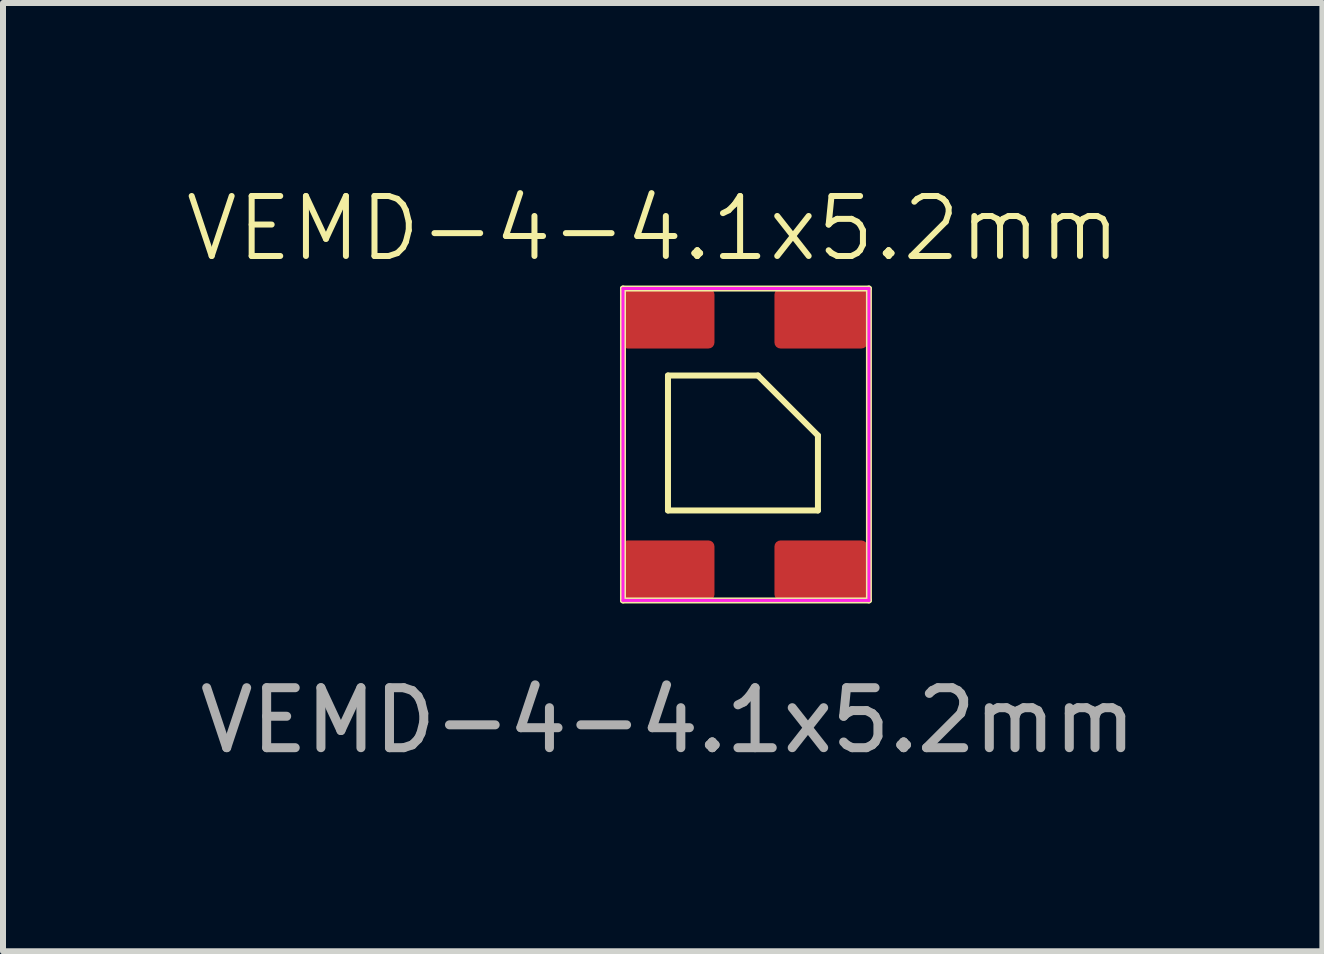
<source format=kicad_pcb>
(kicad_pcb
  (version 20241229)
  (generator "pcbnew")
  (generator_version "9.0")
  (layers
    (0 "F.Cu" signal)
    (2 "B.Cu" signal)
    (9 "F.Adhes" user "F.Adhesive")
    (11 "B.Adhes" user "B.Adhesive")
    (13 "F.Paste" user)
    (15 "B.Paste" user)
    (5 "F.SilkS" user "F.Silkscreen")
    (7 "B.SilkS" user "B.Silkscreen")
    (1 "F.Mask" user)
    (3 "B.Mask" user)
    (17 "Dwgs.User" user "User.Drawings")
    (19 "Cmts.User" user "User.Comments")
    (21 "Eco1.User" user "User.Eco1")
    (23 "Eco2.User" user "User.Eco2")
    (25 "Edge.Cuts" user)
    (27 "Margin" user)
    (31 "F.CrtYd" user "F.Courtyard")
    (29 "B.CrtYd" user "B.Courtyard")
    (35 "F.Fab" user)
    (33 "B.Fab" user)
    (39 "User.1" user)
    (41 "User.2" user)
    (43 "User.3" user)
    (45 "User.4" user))
  (footprint "VEMD-4-4.1x5.2mm"
    (layer "F.Cu")
    (at 8.086 6.46)
    (property "Reference" "VEMD-4-4.1x5.2mm" (at -0.25 -5.7 0) (unlocked yes) (layer "F.SilkS") (effects (font (size 1 1) (thickness 0.1))))
    (attr smd)
    (fp_line (start -0.75 -4.7) (end 3.35 -4.7) (stroke (width 0.1) (type default)) (layer "F.SilkS"))
    (fp_line (start -0.75 0.5) (end -0.75 -4.7) (stroke (width 0.1) (type default)) (layer "F.SilkS"))
    (fp_line (start 0 -3.25) (end 1.5 -3.25) (stroke (width 0.1) (type default)) (layer "F.SilkS"))
    (fp_line (start 0 -1) (end 0 -3.25) (stroke (width 0.1) (type default)) (layer "F.SilkS"))
    (fp_line (start 1.5 -3.25) (end 2.5 -2.25) (stroke (width 0.1) (type default)) (layer "F.SilkS"))
    (fp_line (start 2.5 -2.25) (end 2.5 -1) (stroke (width 0.1) (type default)) (layer "F.SilkS"))
    (fp_line (start 2.5 -1) (end 0 -1) (stroke (width 0.1) (type default)) (layer "F.SilkS"))
    (fp_line (start 3.35 -4.7) (end 3.35 0.5) (stroke (width 0.1) (type default)) (layer "F.SilkS"))
    (fp_line (start 3.35 0.5) (end -0.75 0.5) (stroke (width 0.1) (type default)) (layer "F.SilkS"))
    (fp_line (start -0.75 -4.7) (end 3.35 -4.7) (stroke (width 0.05) (type default)) (layer "F.CrtYd"))
    (fp_line (start -0.75 0.5) (end -0.75 -4.7) (stroke (width 0.05) (type default)) (layer "F.CrtYd"))
    (fp_line (start 3.35 -4.7) (end 3.35 0.5) (stroke (width 0.05) (type default)) (layer "F.CrtYd"))
    (fp_line (start 3.35 0.5) (end -0.75 0.5) (stroke (width 0.05) (type default)) (layer "F.CrtYd"))
    (fp_text user "${REFERENCE}" (at 0 2.5 0) (unlocked yes) (layer "F.Fab") (effects (font (size 1 1) (thickness 0.15))))
    (pad "1" smd roundrect (at 0 0) (size 1.55 1) (layers "F.Cu" "F.Mask" "F.Paste") (roundrect_rratio 0.1))
    (pad "2" smd roundrect (at 2.55 0) (size 1.55 1) (layers "F.Cu" "F.Mask" "F.Paste") (roundrect_rratio 0.1))
    (pad "3" smd roundrect (at 2.55 -4.2) (size 1.55 1) (layers "F.Cu" "F.Mask" "F.Paste") (roundrect_rratio 0.1))
    (pad "4" smd roundrect (at 0 -4.2) (size 1.55 1) (layers "F.Cu" "F.Mask" "F.Paste") (roundrect_rratio 0.1)))
  (gr_rect
    (start -3 -3)
    (end 18.996 12.809)
    (stroke (width 0.1) (type default))
    (fill no)
    (layer "Edge.Cuts")))
</source>
